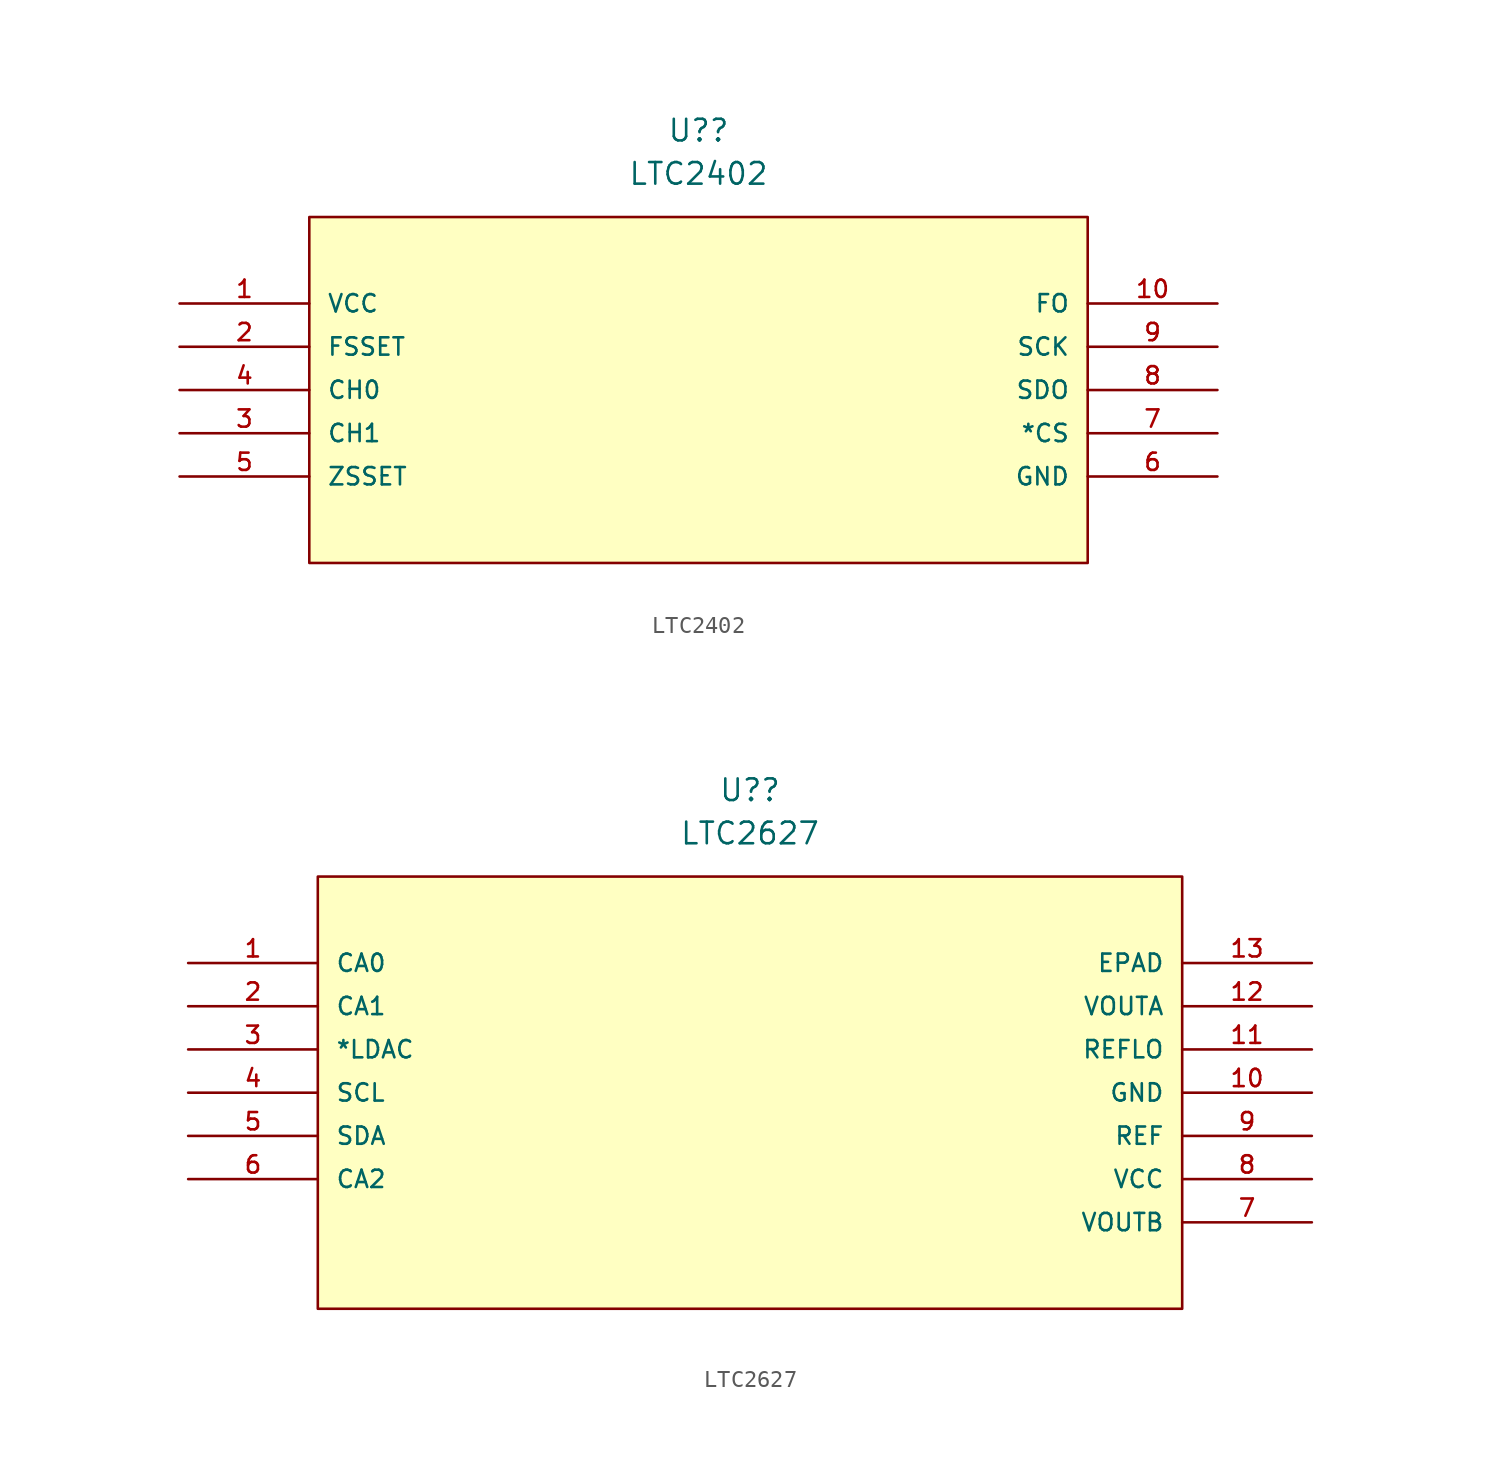
<source format=kicad_sym>
(kicad_symbol_lib
  (version 20211014)
  (generator kicad_symbol_editor)
  (symbol "LTC2402"
    (pin_names
      (offset 1.016))
    (property "Reference" "U?"
      (at 30.48 10.16 0)
      (effects (font (size 1.27 1.27))))
    (property "Value" "LTC2402"
      (at 30.48 7.62 0)
      (effects (font (size 1.27 1.27))))
    (symbol "LTC2402_0_0"
      (rectangle (start 7.62 -15.24) (end 53.34 5.08) (stroke (width 0.152) (type default) (color 0 0 0 0)) (fill (type background)))
      (pin power_in line (at 0 0 0) (length 7.62) (name "VCC" (effects (font (size 1.016 1.016)))) (number "1" (effects (font (size 1.016 1.016)))))
      (pin input line (at 60.96 0 180) (length 7.62) (name "FO" (effects (font (size 1.016 1.016)))) (number "10" (effects (font (size 1.016 1.016)))))
      (pin input line (at 0 -2.54 0) (length 7.62) (name "FSSET" (effects (font (size 1.016 1.016)))) (number "2" (effects (font (size 1.016 1.016)))))
      (pin input line (at 0 -7.62 0) (length 7.62) (name "CH1" (effects (font (size 1.016 1.016)))) (number "3" (effects (font (size 1.016 1.016)))))
      (pin input line (at 0 -5.08 0) (length 7.62) (name "CH0" (effects (font (size 1.016 1.016)))) (number "4" (effects (font (size 1.016 1.016)))))
      (pin input line (at 0 -10.16 0) (length 7.62) (name "ZSSET" (effects (font (size 1.016 1.016)))) (number "5" (effects (font (size 1.016 1.016)))))
      (pin power_in line (at 60.96 -10.16 180) (length 7.62) (name "GND" (effects (font (size 1.016 1.016)))) (number "6" (effects (font (size 1.016 1.016)))))
      (pin input line (at 60.96 -7.62 180) (length 7.62) (name "*CS" (effects (font (size 1.016 1.016)))) (number "7" (effects (font (size 1.016 1.016)))))
      (pin output line (at 60.96 -5.08 180) (length 7.62) (name "SDO" (effects (font (size 1.016 1.016)))) (number "8" (effects (font (size 1.016 1.016)))))
      (pin bidirectional line (at 60.96 -2.54 180) (length 7.62) (name "SCK" (effects (font (size 1.016 1.016)))) (number "9" (effects (font (size 1.016 1.016)))))))
  (symbol "LTC2627"
    (pin_names
      (offset 1.016))
    (property "Reference" "U?"
      (at 33.02 10.16 0)
      (effects (font (size 1.27 1.27))))
    (property "Value" "LTC2627"
      (at 33.02 7.62 0)
      (effects (font (size 1.27 1.27))))
    (symbol "LTC2627_0_0"
      (rectangle (start 7.62 -20.32) (end 58.42 5.08) (stroke (width 0.152) (type default) (color 0 0 0 0)) (fill (type background)))
      (pin passive line (at 0 0 0) (length 7.62) (name "CA0" (effects (font (size 1.016 1.016)))) (number "1" (effects (font (size 1.016 1.016)))))
      (pin power_in line (at 66.04 -7.62 180) (length 7.62) (name "GND" (effects (font (size 1.016 1.016)))) (number "10" (effects (font (size 1.016 1.016)))))
      (pin passive line (at 66.04 -5.08 180) (length 7.62) (name "REFLO" (effects (font (size 1.016 1.016)))) (number "11" (effects (font (size 1.016 1.016)))))
      (pin output line (at 66.04 -2.54 180) (length 7.62) (name "VOUTA" (effects (font (size 1.016 1.016)))) (number "12" (effects (font (size 1.016 1.016)))))
      (pin passive line (at 66.04 0 180) (length 7.62) (name "EPAD" (effects (font (size 1.016 1.016)))) (number "13" (effects (font (size 1.016 1.016)))))
      (pin passive line (at 0 -2.54 0) (length 7.62) (name "CA1" (effects (font (size 1.016 1.016)))) (number "2" (effects (font (size 1.016 1.016)))))
      (pin input line (at 0 -5.08 0) (length 7.62) (name "*LDAC" (effects (font (size 1.016 1.016)))) (number "3" (effects (font (size 1.016 1.016)))))
      (pin input line (at 0 -7.62 0) (length 7.62) (name "SCL" (effects (font (size 1.016 1.016)))) (number "4" (effects (font (size 1.016 1.016)))))
      (pin bidirectional line (at 0 -10.16 0) (length 7.62) (name "SDA" (effects (font (size 1.016 1.016)))) (number "5" (effects (font (size 1.016 1.016)))))
      (pin passive line (at 0 -12.7 0) (length 7.62) (name "CA2" (effects (font (size 1.016 1.016)))) (number "6" (effects (font (size 1.016 1.016)))))
      (pin output line (at 66.04 -15.24 180) (length 7.62) (name "VOUTB" (effects (font (size 1.016 1.016)))) (number "7" (effects (font (size 1.016 1.016)))))
      (pin power_in line (at 66.04 -12.7 180) (length 7.62) (name "VCC" (effects (font (size 1.016 1.016)))) (number "8" (effects (font (size 1.016 1.016)))))
      (pin input line (at 66.04 -10.16 180) (length 7.62) (name "REF" (effects (font (size 1.016 1.016)))) (number "9" (effects (font (size 1.016 1.016))))))))
</source>
